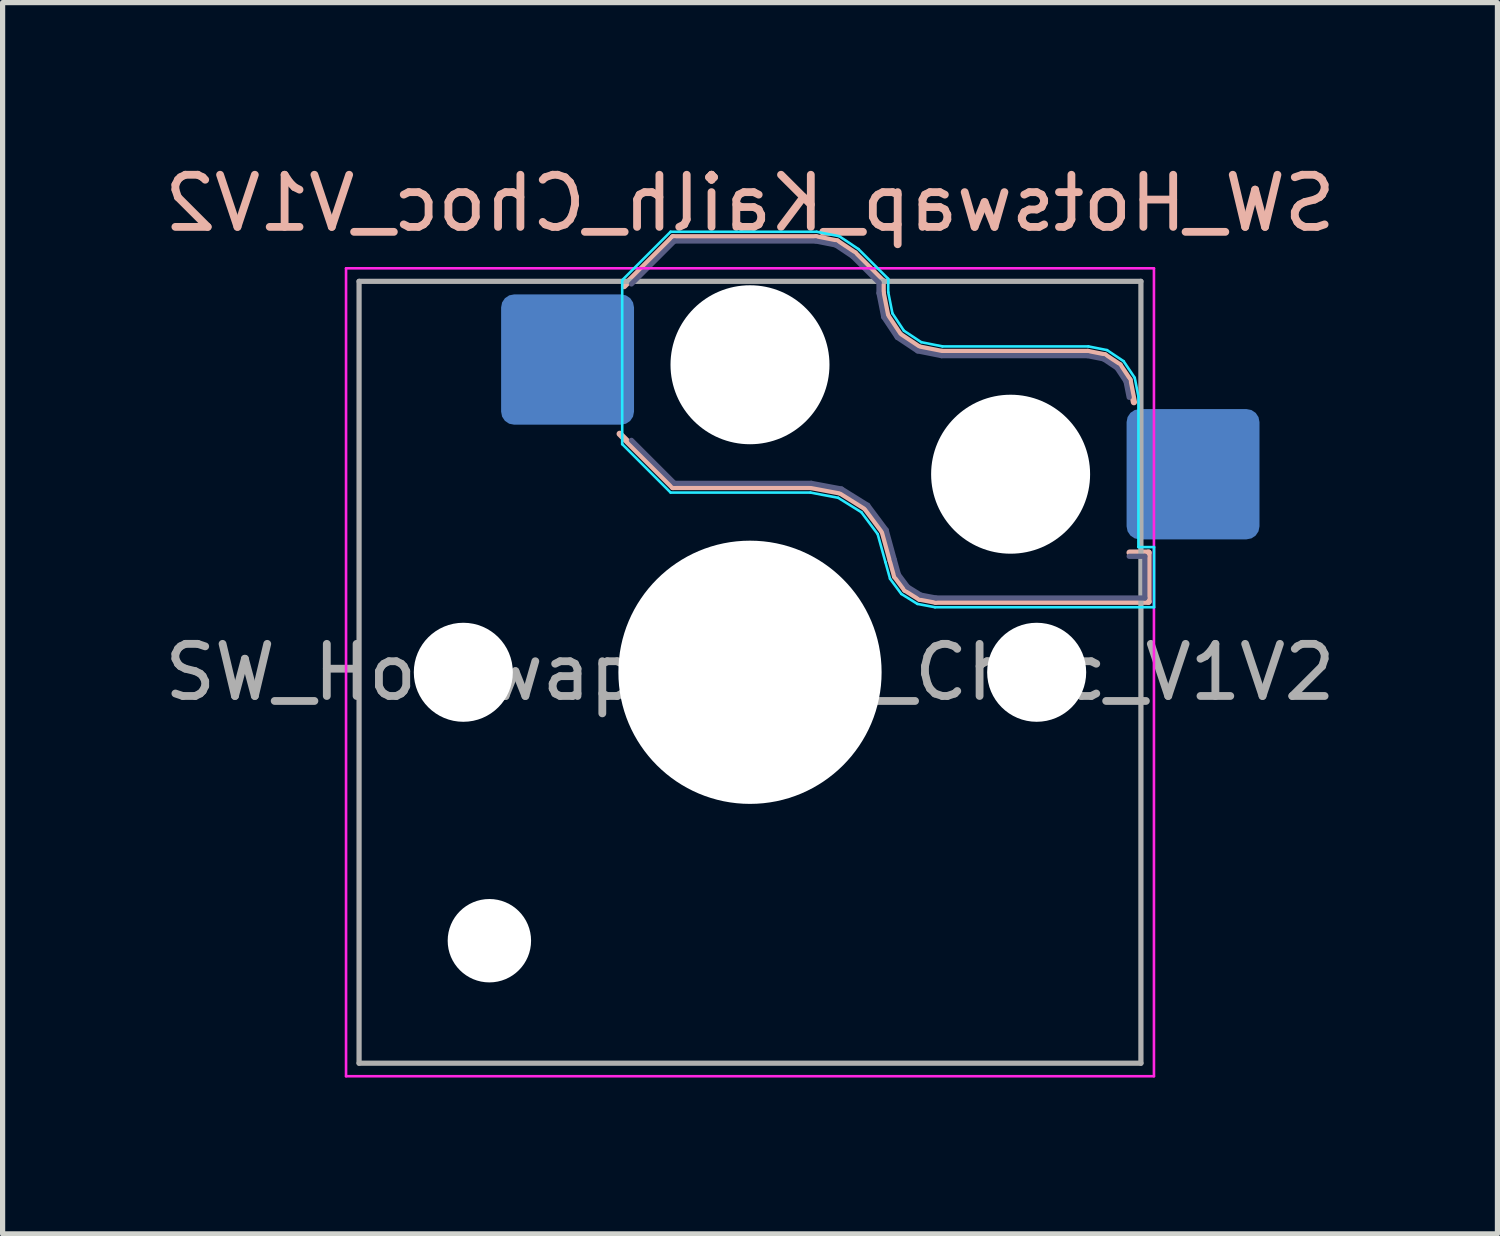
<source format=kicad_pcb>
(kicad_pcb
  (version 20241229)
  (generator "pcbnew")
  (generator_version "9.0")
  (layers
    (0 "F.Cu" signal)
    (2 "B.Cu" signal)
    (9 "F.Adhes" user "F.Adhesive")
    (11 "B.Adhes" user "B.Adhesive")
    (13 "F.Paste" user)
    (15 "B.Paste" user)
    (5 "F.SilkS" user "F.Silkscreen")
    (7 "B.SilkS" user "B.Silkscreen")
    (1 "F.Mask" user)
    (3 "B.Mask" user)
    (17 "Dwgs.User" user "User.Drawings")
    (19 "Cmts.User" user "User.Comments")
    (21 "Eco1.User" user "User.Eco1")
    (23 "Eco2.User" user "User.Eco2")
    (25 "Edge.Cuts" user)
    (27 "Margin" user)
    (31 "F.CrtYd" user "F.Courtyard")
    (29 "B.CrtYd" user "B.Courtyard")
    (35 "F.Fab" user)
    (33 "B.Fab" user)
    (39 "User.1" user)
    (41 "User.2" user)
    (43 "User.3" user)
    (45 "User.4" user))
  (footprint "SW_Hotswap_Kailh_Choc_V1V2"
    (layer "F.Cu")
    (at 11.339 9.848)
    (property "Reference" "SW_Hotswap_Kailh_Choc_V1V2" (at 0 -9 0) (layer "B.SilkS") (effects (font (size 1 1) (thickness 0.15)) (justify mirror)))
    (attr smd)
    (fp_line (start -2.416 -7.409) (end -1.479 -8.346) (stroke (width 0.12) (type solid)) (layer "B.SilkS"))
    (fp_line (start -1.479 -8.346) (end 1.268 -8.346) (stroke (width 0.12) (type solid)) (layer "B.SilkS"))
    (fp_line (start -1.479 -3.554) (end -2.5 -4.575) (stroke (width 0.12) (type solid)) (layer "B.SilkS"))
    (fp_line (start 1.168 -3.554) (end -1.479 -3.554) (stroke (width 0.12) (type solid)) (layer "B.SilkS"))
    (fp_line (start 1.268 -8.346) (end 1.671 -8.266) (stroke (width 0.12) (type solid)) (layer "B.SilkS"))
    (fp_line (start 1.671 -8.266) (end 2.013 -8.037) (stroke (width 0.12) (type solid)) (layer "B.SilkS"))
    (fp_line (start 1.73 -3.449) (end 1.168 -3.554) (stroke (width 0.12) (type solid)) (layer "B.SilkS"))
    (fp_line (start 2.013 -8.037) (end 2.546 -7.504) (stroke (width 0.12) (type solid)) (layer "B.SilkS"))
    (fp_line (start 2.209 -3.15) (end 1.73 -3.449) (stroke (width 0.12) (type solid)) (layer "B.SilkS"))
    (fp_line (start 2.546 -7.504) (end 2.546 -7.282) (stroke (width 0.12) (type solid)) (layer "B.SilkS"))
    (fp_line (start 2.546 -7.282) (end 2.633 -6.844) (stroke (width 0.12) (type solid)) (layer "B.SilkS"))
    (fp_line (start 2.547 -2.697) (end 2.209 -3.15) (stroke (width 0.12) (type solid)) (layer "B.SilkS"))
    (fp_line (start 2.633 -6.844) (end 2.877 -6.477) (stroke (width 0.12) (type solid)) (layer "B.SilkS"))
    (fp_line (start 2.701 -2.139) (end 2.547 -2.697) (stroke (width 0.12) (type solid)) (layer "B.SilkS"))
    (fp_line (start 2.783 -1.841) (end 2.701 -2.139) (stroke (width 0.12) (type solid)) (layer "B.SilkS"))
    (fp_line (start 2.877 -6.477) (end 3.244 -6.233) (stroke (width 0.12) (type solid)) (layer "B.SilkS"))
    (fp_line (start 2.976 -1.583) (end 2.783 -1.841) (stroke (width 0.12) (type solid)) (layer "B.SilkS"))
    (fp_line (start 3.244 -6.233) (end 3.682 -6.146) (stroke (width 0.12) (type solid)) (layer "B.SilkS"))
    (fp_line (start 3.25 -1.413) (end 2.976 -1.583) (stroke (width 0.12) (type solid)) (layer "B.SilkS"))
    (fp_line (start 3.56 -1.354) (end 3.25 -1.413) (stroke (width 0.12) (type solid)) (layer "B.SilkS"))
    (fp_line (start 3.682 -6.146) (end 6.482 -6.146) (stroke (width 0.12) (type solid)) (layer "B.SilkS"))
    (fp_line (start 6.482 -6.146) (end 6.809 -6.081) (stroke (width 0.12) (type solid)) (layer "B.SilkS"))
    (fp_line (start 6.809 -6.081) (end 7.092 -5.892) (stroke (width 0.12) (type solid)) (layer "B.SilkS"))
    (fp_line (start 7.092 -5.892) (end 7.281 -5.609) (stroke (width 0.12) (type solid)) (layer "B.SilkS"))
    (fp_line (start 7.281 -5.609) (end 7.366 -5.182) (stroke (width 0.12) (type solid)) (layer "B.SilkS"))
    (fp_line (start 7.283 -2.296) (end 7.646 -2.296) (stroke (width 0.12) (type solid)) (layer "B.SilkS"))
    (fp_line (start 7.646 -2.296) (end 7.646 -1.354) (stroke (width 0.12) (type solid)) (layer "B.SilkS"))
    (fp_line (start 7.646 -1.354) (end 3.56 -1.354) (stroke (width 0.12) (type solid)) (layer "B.SilkS"))
    (fp_line (start -7.25 -7.25) (end -7.25 7.25) (stroke (width 0.1) (type solid)) (layer "Eco1.User"))
    (fp_line (start -7.25 7.25) (end 7.25 7.25) (stroke (width 0.1) (type solid)) (layer "Eco1.User"))
    (fp_line (start 7.25 -7.25) (end -7.25 -7.25) (stroke (width 0.1) (type solid)) (layer "Eco1.User"))
    (fp_line (start 7.25 7.25) (end 7.25 -7.25) (stroke (width 0.1) (type solid)) (layer "Eco1.User"))
    (fp_line (start -2.452 -7.523) (end -1.523 -8.452) (stroke (width 0.05) (type solid)) (layer "B.CrtYd"))
    (fp_line (start -2.452 -4.377) (end -2.452 -7.523) (stroke (width 0.05) (type solid)) (layer "B.CrtYd"))
    (fp_line (start -1.523 -8.452) (end 1.278 -8.452) (stroke (width 0.05) (type solid)) (layer "B.CrtYd"))
    (fp_line (start -1.523 -3.448) (end -2.452 -4.377) (stroke (width 0.05) (type solid)) (layer "B.CrtYd"))
    (fp_line (start 1.159 -3.448) (end -1.523 -3.448) (stroke (width 0.05) (type solid)) (layer "B.CrtYd"))
    (fp_line (start 1.278 -8.452) (end 1.712 -8.366) (stroke (width 0.05) (type solid)) (layer "B.CrtYd"))
    (fp_line (start 1.691 -3.348) (end 1.159 -3.448) (stroke (width 0.05) (type solid)) (layer "B.CrtYd"))
    (fp_line (start 1.712 -8.366) (end 2.081 -8.119) (stroke (width 0.05) (type solid)) (layer "B.CrtYd"))
    (fp_line (start 2.081 -8.119) (end 2.652 -7.548) (stroke (width 0.05) (type solid)) (layer "B.CrtYd"))
    (fp_line (start 2.136 -3.071) (end 1.691 -3.348) (stroke (width 0.05) (type solid)) (layer "B.CrtYd"))
    (fp_line (start 2.45 -2.65) (end 2.136 -3.071) (stroke (width 0.05) (type solid)) (layer "B.CrtYd"))
    (fp_line (start 2.599 -2.111) (end 2.45 -2.65) (stroke (width 0.05) (type solid)) (layer "B.CrtYd"))
    (fp_line (start 2.652 -7.548) (end 2.652 -7.292) (stroke (width 0.05) (type solid)) (layer "B.CrtYd"))
    (fp_line (start 2.652 -7.292) (end 2.733 -6.885) (stroke (width 0.05) (type solid)) (layer "B.CrtYd"))
    (fp_line (start 2.687 -1.794) (end 2.599 -2.111) (stroke (width 0.05) (type solid)) (layer "B.CrtYd"))
    (fp_line (start 2.733 -6.885) (end 2.953 -6.553) (stroke (width 0.05) (type solid)) (layer "B.CrtYd"))
    (fp_line (start 2.903 -1.503) (end 2.687 -1.794) (stroke (width 0.05) (type solid)) (layer "B.CrtYd"))
    (fp_line (start 2.953 -6.553) (end 3.285 -6.333) (stroke (width 0.05) (type solid)) (layer "B.CrtYd"))
    (fp_line (start 3.211 -1.312) (end 2.903 -1.503) (stroke (width 0.05) (type solid)) (layer "B.CrtYd"))
    (fp_line (start 3.285 -6.333) (end 3.692 -6.252) (stroke (width 0.05) (type solid)) (layer "B.CrtYd"))
    (fp_line (start 3.55 -1.248) (end 3.211 -1.312) (stroke (width 0.05) (type solid)) (layer "B.CrtYd"))
    (fp_line (start 3.692 -6.252) (end 6.492 -6.252) (stroke (width 0.05) (type solid)) (layer "B.CrtYd"))
    (fp_line (start 6.492 -6.252) (end 6.85 -6.181) (stroke (width 0.05) (type solid)) (layer "B.CrtYd"))
    (fp_line (start 6.85 -6.181) (end 7.168 -5.968) (stroke (width 0.05) (type solid)) (layer "B.CrtYd"))
    (fp_line (start 7.168 -5.968) (end 7.381 -5.65) (stroke (width 0.05) (type solid)) (layer "B.CrtYd"))
    (fp_line (start 7.381 -5.65) (end 7.452 -5.292) (stroke (width 0.05) (type solid)) (layer "B.CrtYd"))
    (fp_line (start 7.452 -5.292) (end 7.452 -2.402) (stroke (width 0.05) (type solid)) (layer "B.CrtYd"))
    (fp_line (start 7.452 -2.402) (end 7.752 -2.402) (stroke (width 0.05) (type solid)) (layer "B.CrtYd"))
    (fp_line (start 7.752 -2.402) (end 7.752 -1.248) (stroke (width 0.05) (type solid)) (layer "B.CrtYd"))
    (fp_line (start 7.752 -1.248) (end 3.55 -1.248) (stroke (width 0.05) (type solid)) (layer "B.CrtYd"))
    (fp_line (start -7.75 -7.75) (end -7.75 7.75) (stroke (width 0.05) (type solid)) (layer "F.CrtYd"))
    (fp_line (start -7.75 7.75) (end 7.75 7.75) (stroke (width 0.05) (type solid)) (layer "F.CrtYd"))
    (fp_line (start 7.75 -7.75) (end -7.75 -7.75) (stroke (width 0.05) (type solid)) (layer "F.CrtYd"))
    (fp_line (start 7.75 7.75) (end 7.75 -7.75) (stroke (width 0.05) (type solid)) (layer "F.CrtYd"))
    (fp_line (start -2.275 -7.45) (end -1.45 -8.275) (stroke (width 0.1) (type solid)) (layer "B.Fab"))
    (fp_line (start -1.45 -8.275) (end 1.261 -8.275) (stroke (width 0.1) (type solid)) (layer "B.Fab"))
    (fp_line (start -1.45 -3.625) (end -2.275 -4.45) (stroke (width 0.1) (type solid)) (layer "B.Fab"))
    (fp_line (start 1.175 -3.625) (end -1.45 -3.625) (stroke (width 0.1) (type solid)) (layer "B.Fab"))
    (fp_line (start 1.261 -8.275) (end 1.643 -8.199) (stroke (width 0.1) (type solid)) (layer "B.Fab"))
    (fp_line (start 1.643 -8.199) (end 1.968 -7.982) (stroke (width 0.1) (type solid)) (layer "B.Fab"))
    (fp_line (start 1.756 -3.516) (end 1.175 -3.625) (stroke (width 0.1) (type solid)) (layer "B.Fab"))
    (fp_line (start 1.968 -7.982) (end 2.475 -7.475) (stroke (width 0.1) (type solid)) (layer "B.Fab"))
    (fp_line (start 2.258 -3.203) (end 1.756 -3.516) (stroke (width 0.1) (type solid)) (layer "B.Fab"))
    (fp_line (start 2.475 -7.475) (end 2.475 -7.275) (stroke (width 0.1) (type solid)) (layer "B.Fab"))
    (fp_line (start 2.475 -7.275) (end 2.566 -6.816) (stroke (width 0.1) (type solid)) (layer "B.Fab"))
    (fp_line (start 2.566 -6.816) (end 2.826 -6.426) (stroke (width 0.1) (type solid)) (layer "B.Fab"))
    (fp_line (start 2.612 -2.729) (end 2.258 -3.203) (stroke (width 0.1) (type solid)) (layer "B.Fab"))
    (fp_line (start 2.769 -2.158) (end 2.612 -2.729) (stroke (width 0.1) (type solid)) (layer "B.Fab"))
    (fp_line (start 2.826 -6.426) (end 3.216 -6.166) (stroke (width 0.1) (type solid)) (layer "B.Fab"))
    (fp_line (start 2.848 -1.873) (end 2.769 -2.158) (stroke (width 0.1) (type solid)) (layer "B.Fab"))
    (fp_line (start 3.025 -1.636) (end 2.848 -1.873) (stroke (width 0.1) (type solid)) (layer "B.Fab"))
    (fp_line (start 3.216 -6.166) (end 3.675 -6.075) (stroke (width 0.1) (type solid)) (layer "B.Fab"))
    (fp_line (start 3.276 -1.48) (end 3.025 -1.636) (stroke (width 0.1) (type solid)) (layer "B.Fab"))
    (fp_line (start 3.567 -1.425) (end 3.276 -1.48) (stroke (width 0.1) (type solid)) (layer "B.Fab"))
    (fp_line (start 3.675 -6.075) (end 6.475 -6.075) (stroke (width 0.1) (type solid)) (layer "B.Fab"))
    (fp_line (start 6.475 -6.075) (end 6.781 -6.014) (stroke (width 0.1) (type solid)) (layer "B.Fab"))
    (fp_line (start 6.781 -6.014) (end 7.041 -5.841) (stroke (width 0.1) (type solid)) (layer "B.Fab"))
    (fp_line (start 7.041 -5.841) (end 7.214 -5.581) (stroke (width 0.1) (type solid)) (layer "B.Fab"))
    (fp_line (start 7.214 -5.581) (end 7.275 -5.275) (stroke (width 0.1) (type solid)) (layer "B.Fab"))
    (fp_line (start 7.275 -2.225) (end 7.575 -2.225) (stroke (width 0.1) (type solid)) (layer "B.Fab"))
    (fp_line (start 7.575 -2.225) (end 7.575 -1.425) (stroke (width 0.1) (type solid)) (layer "B.Fab"))
    (fp_line (start 7.575 -1.425) (end 3.567 -1.425) (stroke (width 0.1) (type solid)) (layer "B.Fab"))
    (fp_line (start -7.5 -7.5) (end -7.5 7.5) (stroke (width 0.1) (type solid)) (layer "F.Fab"))
    (fp_line (start -7.5 7.5) (end 7.5 7.5) (stroke (width 0.1) (type solid)) (layer "F.Fab"))
    (fp_line (start 7.5 -7.5) (end -7.5 -7.5) (stroke (width 0.1) (type solid)) (layer "F.Fab"))
    (fp_line (start 7.5 7.5) (end 7.5 -7.5) (stroke (width 0.1) (type solid)) (layer "F.Fab"))
    (fp_text user "${REFERENCE}" (at 0 0 0) (layer "F.Fab") (effects (font (size 1 1) (thickness 0.15))))
    (pad "" np_thru_hole circle (at -5.5 0) (size 1.9 1.9) (drill 1.9) (layers "*.Cu" "*.Mask"))
    (pad "" np_thru_hole circle (at -5 5.15) (size 1.6 1.6) (drill 1.6) (layers "*.Cu" "*.Mask"))
    (pad "" np_thru_hole circle (at 0 -5.9) (size 3.05 3.05) (drill 3.05) (layers "*.Cu" "*.Mask"))
    (pad "" np_thru_hole circle (at 0 0) (size 5.05 5.05) (drill 5.05) (layers "*.Cu" "*.Mask"))
    (pad "" np_thru_hole circle (at 5 -3.8) (size 3.05 3.05) (drill 3.05) (layers "*.Cu" "*.Mask"))
    (pad "" np_thru_hole circle (at 5.5 0) (size 1.9 1.9) (drill 1.9) (layers "*.Cu" "*.Mask"))
    (pad "1" smd roundrect (at -3.5 -6) (size 2.55 2.5) (layers "B.Cu" "B.Mask" "B.Paste") (roundrect_rratio 0.1))
    (pad "2" smd roundrect (at 8.5 -3.8) (size 2.55 2.5) (layers "B.Cu" "B.Mask" "B.Paste") (roundrect_rratio 0.1)))
  (gr_rect
    (start -3 -3)
    (end 25.679 20.623)
    (stroke (width 0.1) (type default))
    (fill no)
    (layer "Edge.Cuts")))
</source>
